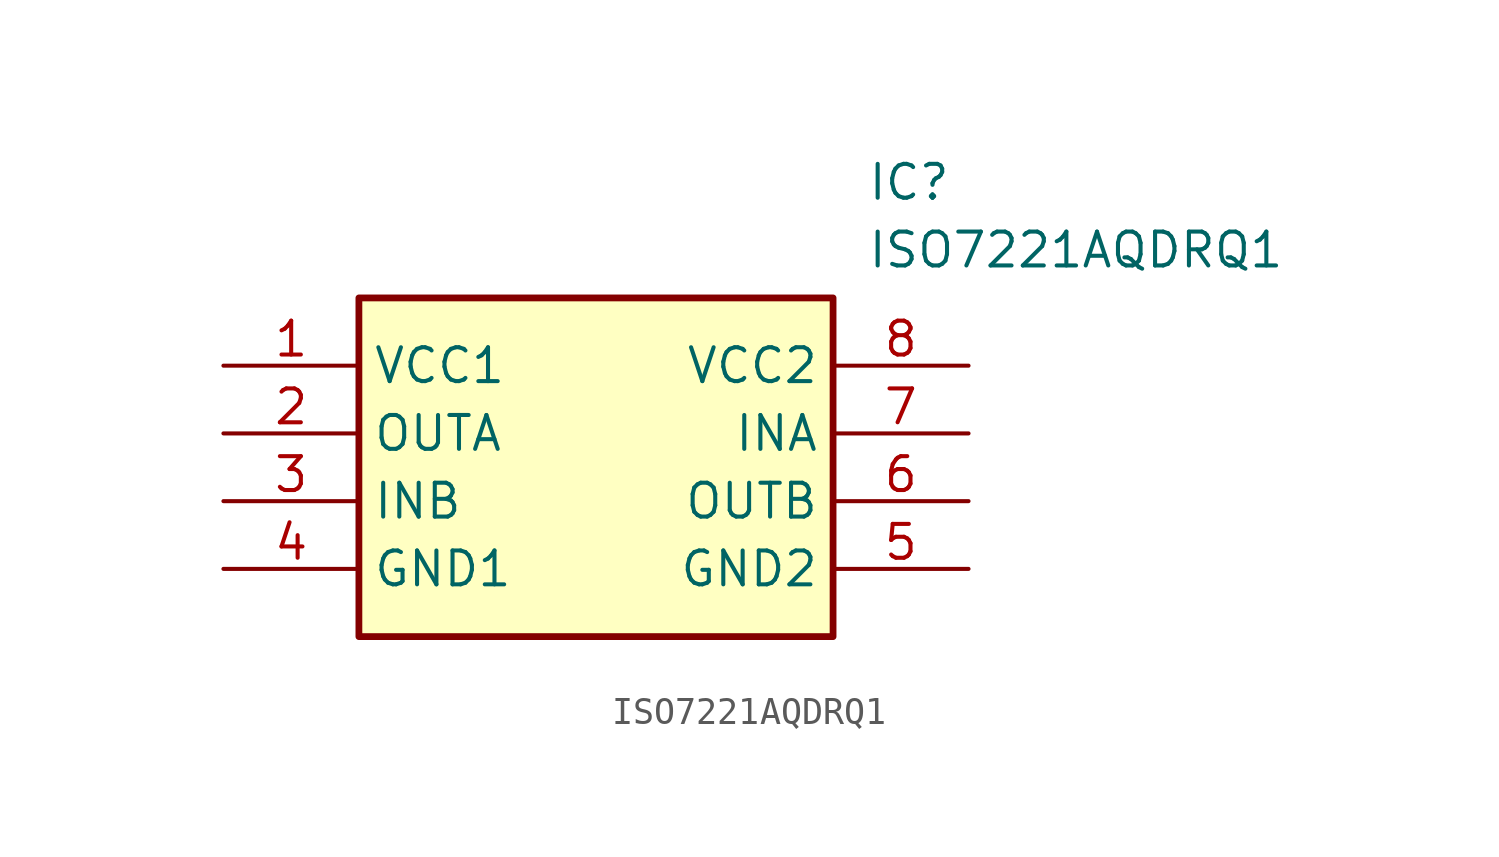
<source format=kicad_sym>
(kicad_symbol_lib
  (version 20211014)
  (generator SamacSys_ECAD_Model)
  (symbol "ISO7221AQDRQ1"
    (property "Reference" "IC"
      (at 24.13 7.62 0)
      (effects (font (size 1.27 1.27)) (justify left top)))
    (property "Value" "ISO7221AQDRQ1"
      (at 24.13 5.08 0)
      (effects (font (size 1.27 1.27)) (justify left top)))
    (rectangle
      (start 5.08 2.54)
      (end 22.86 -10.16)
      (stroke (width 0.254) (type default))
      (fill (type background)))
    (pin passive line
      (at 0 0 0)
      (length 5.08)
      (name "VCC1" (effects (font (size 1.27 1.27))))
      (number "1" (effects (font (size 1.27 1.27)))))
    (pin passive line
      (at 0 -2.54 0)
      (length 5.08)
      (name "OUTA" (effects (font (size 1.27 1.27))))
      (number "2" (effects (font (size 1.27 1.27)))))
    (pin passive line
      (at 0 -5.08 0)
      (length 5.08)
      (name "INB" (effects (font (size 1.27 1.27))))
      (number "3" (effects (font (size 1.27 1.27)))))
    (pin passive line
      (at 0 -7.62 0)
      (length 5.08)
      (name "GND1" (effects (font (size 1.27 1.27))))
      (number "4" (effects (font (size 1.27 1.27)))))
    (pin passive line
      (at 27.94 0 180)
      (length 5.08)
      (name "VCC2" (effects (font (size 1.27 1.27))))
      (number "8" (effects (font (size 1.27 1.27)))))
    (pin passive line
      (at 27.94 -2.54 180)
      (length 5.08)
      (name "INA" (effects (font (size 1.27 1.27))))
      (number "7" (effects (font (size 1.27 1.27)))))
    (pin passive line
      (at 27.94 -5.08 180)
      (length 5.08)
      (name "OUTB" (effects (font (size 1.27 1.27))))
      (number "6" (effects (font (size 1.27 1.27)))))
    (pin passive line
      (at 27.94 -7.62 180)
      (length 5.08)
      (name "GND2" (effects (font (size 1.27 1.27))))
      (number "5" (effects (font (size 1.27 1.27)))))))
</source>
